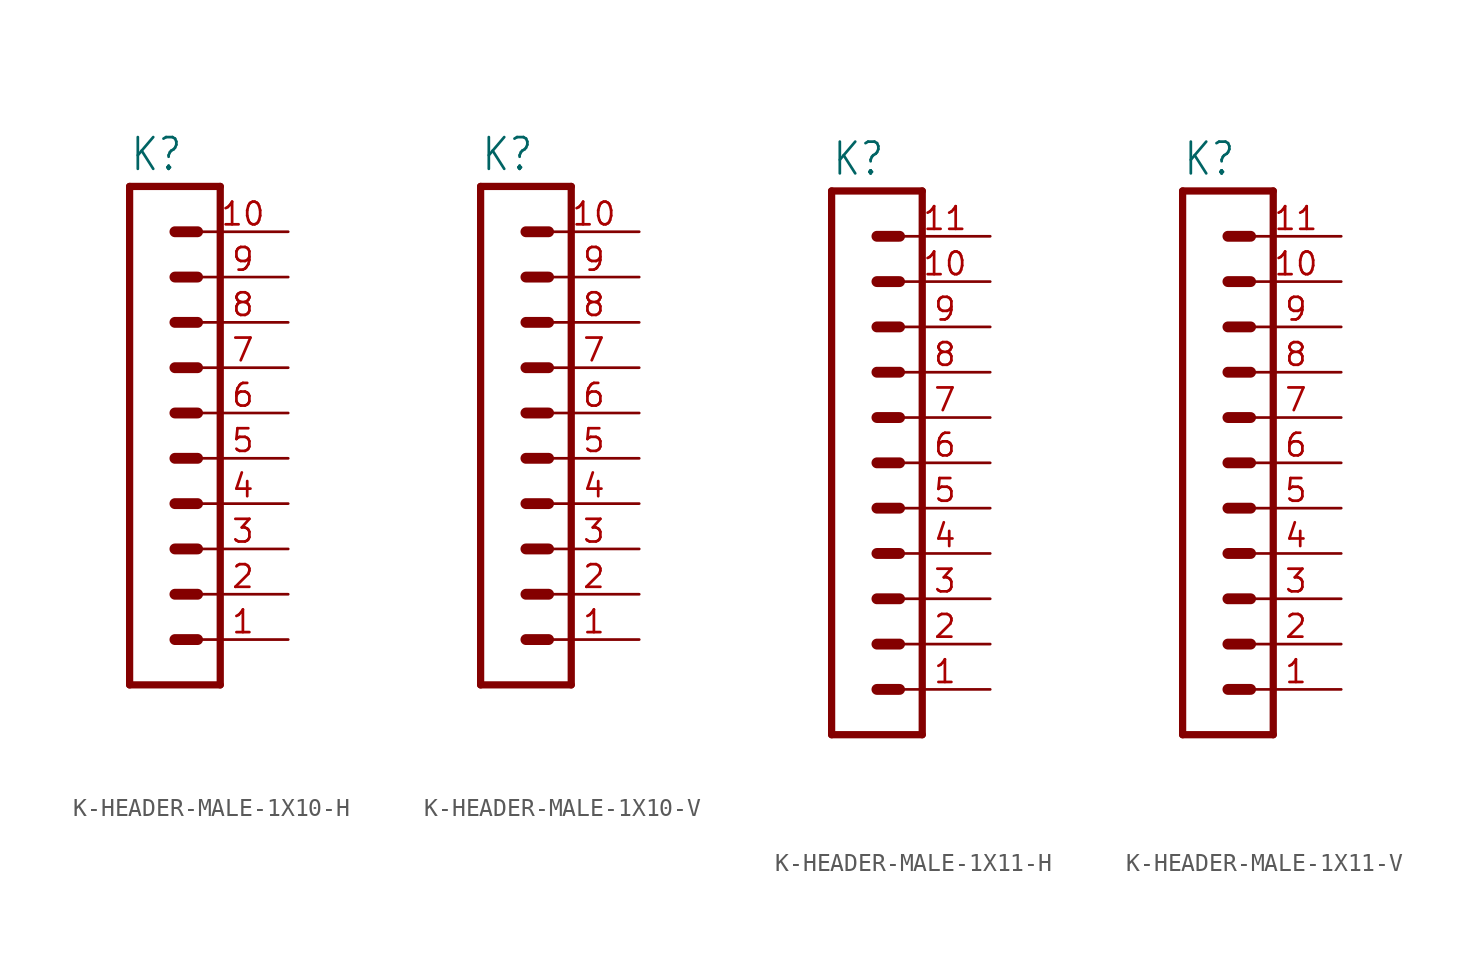
<source format=kicad_sym>
(kicad_symbol_lib
  (version 20231120)
  (generator "kicad_symbol_editor")
  (generator_version "8.0")
  (symbol "K-HEADER-MALE-1X10-H"
    (property "Reference" "K"
      (at -1.27 21.082 0)
      (effects (font (size 1.778 1.511)) (justify left bottom)))
    (property "Value" ""
      (at -1.27 -10.16 0)
      (effects (font (size 1.778 1.511)) (justify left bottom)))
    (property "ki_locked" ""
      (at 0 0 0)
      (effects (font (size 1.27 1.27))))
    (symbol "K-HEADER-MALE-1X10-H_1_0"
      (polyline (pts (xy -1.27 20.32) (xy -1.27 -7.62)) (stroke (width 0.406) (type solid)) (fill (type none)))
      (polyline (pts (xy -1.27 20.32) (xy 3.81 20.32)) (stroke (width 0.406) (type solid)) (fill (type none)))
      (polyline (pts (xy 1.27 -5.08) (xy 2.54 -5.08)) (stroke (width 0.61) (type solid)) (fill (type none)))
      (polyline (pts (xy 1.27 -2.54) (xy 2.54 -2.54)) (stroke (width 0.61) (type solid)) (fill (type none)))
      (polyline (pts (xy 1.27 0) (xy 2.54 0)) (stroke (width 0.61) (type solid)) (fill (type none)))
      (polyline (pts (xy 1.27 2.54) (xy 2.54 2.54)) (stroke (width 0.61) (type solid)) (fill (type none)))
      (polyline (pts (xy 1.27 5.08) (xy 2.54 5.08)) (stroke (width 0.61) (type solid)) (fill (type none)))
      (polyline (pts (xy 1.27 7.62) (xy 2.54 7.62)) (stroke (width 0.61) (type solid)) (fill (type none)))
      (polyline (pts (xy 1.27 10.16) (xy 2.54 10.16)) (stroke (width 0.61) (type solid)) (fill (type none)))
      (polyline (pts (xy 1.27 12.7) (xy 2.54 12.7)) (stroke (width 0.61) (type solid)) (fill (type none)))
      (polyline (pts (xy 1.27 15.24) (xy 2.54 15.24)) (stroke (width 0.61) (type solid)) (fill (type none)))
      (polyline (pts (xy 1.27 17.78) (xy 2.54 17.78)) (stroke (width 0.61) (type solid)) (fill (type none)))
      (polyline (pts (xy 3.81 -7.62) (xy -1.27 -7.62)) (stroke (width 0.406) (type solid)) (fill (type none)))
      (polyline (pts (xy 3.81 -7.62) (xy 3.81 20.32)) (stroke (width 0.406) (type solid)) (fill (type none)))
      (pin passive line (at 7.62 -5.08 180) (length 5.08) (name "1" (effects (font (size 0 0)))) (number "1" (effects (font (size 1.27 1.27)))))
      (pin passive line (at 7.62 17.78 180) (length 5.08) (name "10" (effects (font (size 0 0)))) (number "10" (effects (font (size 1.27 1.27)))))
      (pin passive line (at 7.62 -2.54 180) (length 5.08) (name "2" (effects (font (size 0 0)))) (number "2" (effects (font (size 1.27 1.27)))))
      (pin passive line (at 7.62 0 180) (length 5.08) (name "3" (effects (font (size 0 0)))) (number "3" (effects (font (size 1.27 1.27)))))
      (pin passive line (at 7.62 2.54 180) (length 5.08) (name "4" (effects (font (size 0 0)))) (number "4" (effects (font (size 1.27 1.27)))))
      (pin passive line (at 7.62 5.08 180) (length 5.08) (name "5" (effects (font (size 0 0)))) (number "5" (effects (font (size 1.27 1.27)))))
      (pin passive line (at 7.62 7.62 180) (length 5.08) (name "6" (effects (font (size 0 0)))) (number "6" (effects (font (size 1.27 1.27)))))
      (pin passive line (at 7.62 10.16 180) (length 5.08) (name "7" (effects (font (size 0 0)))) (number "7" (effects (font (size 1.27 1.27)))))
      (pin passive line (at 7.62 12.7 180) (length 5.08) (name "8" (effects (font (size 0 0)))) (number "8" (effects (font (size 1.27 1.27)))))
      (pin passive line (at 7.62 15.24 180) (length 5.08) (name "9" (effects (font (size 0 0)))) (number "9" (effects (font (size 1.27 1.27)))))))
  (symbol "K-HEADER-MALE-1X10-V"
    (property "Reference" "K"
      (at -1.27 21.082 0)
      (effects (font (size 1.778 1.511)) (justify left bottom)))
    (property "Value" ""
      (at -1.27 -10.16 0)
      (effects (font (size 1.778 1.511)) (justify left bottom)))
    (property "ki_locked" ""
      (at 0 0 0)
      (effects (font (size 1.27 1.27))))
    (symbol "K-HEADER-MALE-1X10-V_1_0"
      (polyline (pts (xy -1.27 20.32) (xy -1.27 -7.62)) (stroke (width 0.406) (type solid)) (fill (type none)))
      (polyline (pts (xy -1.27 20.32) (xy 3.81 20.32)) (stroke (width 0.406) (type solid)) (fill (type none)))
      (polyline (pts (xy 1.27 -5.08) (xy 2.54 -5.08)) (stroke (width 0.61) (type solid)) (fill (type none)))
      (polyline (pts (xy 1.27 -2.54) (xy 2.54 -2.54)) (stroke (width 0.61) (type solid)) (fill (type none)))
      (polyline (pts (xy 1.27 0) (xy 2.54 0)) (stroke (width 0.61) (type solid)) (fill (type none)))
      (polyline (pts (xy 1.27 2.54) (xy 2.54 2.54)) (stroke (width 0.61) (type solid)) (fill (type none)))
      (polyline (pts (xy 1.27 5.08) (xy 2.54 5.08)) (stroke (width 0.61) (type solid)) (fill (type none)))
      (polyline (pts (xy 1.27 7.62) (xy 2.54 7.62)) (stroke (width 0.61) (type solid)) (fill (type none)))
      (polyline (pts (xy 1.27 10.16) (xy 2.54 10.16)) (stroke (width 0.61) (type solid)) (fill (type none)))
      (polyline (pts (xy 1.27 12.7) (xy 2.54 12.7)) (stroke (width 0.61) (type solid)) (fill (type none)))
      (polyline (pts (xy 1.27 15.24) (xy 2.54 15.24)) (stroke (width 0.61) (type solid)) (fill (type none)))
      (polyline (pts (xy 1.27 17.78) (xy 2.54 17.78)) (stroke (width 0.61) (type solid)) (fill (type none)))
      (polyline (pts (xy 3.81 -7.62) (xy -1.27 -7.62)) (stroke (width 0.406) (type solid)) (fill (type none)))
      (polyline (pts (xy 3.81 -7.62) (xy 3.81 20.32)) (stroke (width 0.406) (type solid)) (fill (type none)))
      (pin passive line (at 7.62 -5.08 180) (length 5.08) (name "1" (effects (font (size 0 0)))) (number "1" (effects (font (size 1.27 1.27)))))
      (pin passive line (at 7.62 17.78 180) (length 5.08) (name "10" (effects (font (size 0 0)))) (number "10" (effects (font (size 1.27 1.27)))))
      (pin passive line (at 7.62 -2.54 180) (length 5.08) (name "2" (effects (font (size 0 0)))) (number "2" (effects (font (size 1.27 1.27)))))
      (pin passive line (at 7.62 0 180) (length 5.08) (name "3" (effects (font (size 0 0)))) (number "3" (effects (font (size 1.27 1.27)))))
      (pin passive line (at 7.62 2.54 180) (length 5.08) (name "4" (effects (font (size 0 0)))) (number "4" (effects (font (size 1.27 1.27)))))
      (pin passive line (at 7.62 5.08 180) (length 5.08) (name "5" (effects (font (size 0 0)))) (number "5" (effects (font (size 1.27 1.27)))))
      (pin passive line (at 7.62 7.62 180) (length 5.08) (name "6" (effects (font (size 0 0)))) (number "6" (effects (font (size 1.27 1.27)))))
      (pin passive line (at 7.62 10.16 180) (length 5.08) (name "7" (effects (font (size 0 0)))) (number "7" (effects (font (size 1.27 1.27)))))
      (pin passive line (at 7.62 12.7 180) (length 5.08) (name "8" (effects (font (size 0 0)))) (number "8" (effects (font (size 1.27 1.27)))))
      (pin passive line (at 7.62 15.24 180) (length 5.08) (name "9" (effects (font (size 0 0)))) (number "9" (effects (font (size 1.27 1.27)))))))
  (symbol "K-HEADER-MALE-1X11-H"
    (property "Reference" "K"
      (at -1.27 23.622 0)
      (effects (font (size 1.778 1.511)) (justify left bottom)))
    (property "Value" ""
      (at -1.27 -10.16 0)
      (effects (font (size 1.778 1.511)) (justify left bottom)))
    (property "ki_locked" ""
      (at 0 0 0)
      (effects (font (size 1.27 1.27))))
    (symbol "K-HEADER-MALE-1X11-H_1_0"
      (polyline (pts (xy -1.27 22.86) (xy -1.27 -7.62)) (stroke (width 0.406) (type solid)) (fill (type none)))
      (polyline (pts (xy -1.27 22.86) (xy 3.81 22.86)) (stroke (width 0.406) (type solid)) (fill (type none)))
      (polyline (pts (xy 1.27 -5.08) (xy 2.54 -5.08)) (stroke (width 0.61) (type solid)) (fill (type none)))
      (polyline (pts (xy 1.27 -2.54) (xy 2.54 -2.54)) (stroke (width 0.61) (type solid)) (fill (type none)))
      (polyline (pts (xy 1.27 0) (xy 2.54 0)) (stroke (width 0.61) (type solid)) (fill (type none)))
      (polyline (pts (xy 1.27 2.54) (xy 2.54 2.54)) (stroke (width 0.61) (type solid)) (fill (type none)))
      (polyline (pts (xy 1.27 5.08) (xy 2.54 5.08)) (stroke (width 0.61) (type solid)) (fill (type none)))
      (polyline (pts (xy 1.27 7.62) (xy 2.54 7.62)) (stroke (width 0.61) (type solid)) (fill (type none)))
      (polyline (pts (xy 1.27 10.16) (xy 2.54 10.16)) (stroke (width 0.61) (type solid)) (fill (type none)))
      (polyline (pts (xy 1.27 12.7) (xy 2.54 12.7)) (stroke (width 0.61) (type solid)) (fill (type none)))
      (polyline (pts (xy 1.27 15.24) (xy 2.54 15.24)) (stroke (width 0.61) (type solid)) (fill (type none)))
      (polyline (pts (xy 1.27 17.78) (xy 2.54 17.78)) (stroke (width 0.61) (type solid)) (fill (type none)))
      (polyline (pts (xy 1.27 20.32) (xy 2.54 20.32)) (stroke (width 0.61) (type solid)) (fill (type none)))
      (polyline (pts (xy 3.81 -7.62) (xy -1.27 -7.62)) (stroke (width 0.406) (type solid)) (fill (type none)))
      (polyline (pts (xy 3.81 -7.62) (xy 3.81 22.86)) (stroke (width 0.406) (type solid)) (fill (type none)))
      (pin passive line (at 7.62 -5.08 180) (length 5.08) (name "1" (effects (font (size 0 0)))) (number "1" (effects (font (size 1.27 1.27)))))
      (pin passive line (at 7.62 17.78 180) (length 5.08) (name "10" (effects (font (size 0 0)))) (number "10" (effects (font (size 1.27 1.27)))))
      (pin passive line (at 7.62 20.32 180) (length 5.08) (name "11" (effects (font (size 0 0)))) (number "11" (effects (font (size 1.27 1.27)))))
      (pin passive line (at 7.62 -2.54 180) (length 5.08) (name "2" (effects (font (size 0 0)))) (number "2" (effects (font (size 1.27 1.27)))))
      (pin passive line (at 7.62 0 180) (length 5.08) (name "3" (effects (font (size 0 0)))) (number "3" (effects (font (size 1.27 1.27)))))
      (pin passive line (at 7.62 2.54 180) (length 5.08) (name "4" (effects (font (size 0 0)))) (number "4" (effects (font (size 1.27 1.27)))))
      (pin passive line (at 7.62 5.08 180) (length 5.08) (name "5" (effects (font (size 0 0)))) (number "5" (effects (font (size 1.27 1.27)))))
      (pin passive line (at 7.62 7.62 180) (length 5.08) (name "6" (effects (font (size 0 0)))) (number "6" (effects (font (size 1.27 1.27)))))
      (pin passive line (at 7.62 10.16 180) (length 5.08) (name "7" (effects (font (size 0 0)))) (number "7" (effects (font (size 1.27 1.27)))))
      (pin passive line (at 7.62 12.7 180) (length 5.08) (name "8" (effects (font (size 0 0)))) (number "8" (effects (font (size 1.27 1.27)))))
      (pin passive line (at 7.62 15.24 180) (length 5.08) (name "9" (effects (font (size 0 0)))) (number "9" (effects (font (size 1.27 1.27)))))))
  (symbol "K-HEADER-MALE-1X11-V"
    (property "Reference" "K"
      (at -1.27 23.622 0)
      (effects (font (size 1.778 1.511)) (justify left bottom)))
    (property "Value" ""
      (at -1.27 -10.16 0)
      (effects (font (size 1.778 1.511)) (justify left bottom)))
    (property "ki_locked" ""
      (at 0 0 0)
      (effects (font (size 1.27 1.27))))
    (symbol "K-HEADER-MALE-1X11-V_1_0"
      (polyline (pts (xy -1.27 22.86) (xy -1.27 -7.62)) (stroke (width 0.406) (type solid)) (fill (type none)))
      (polyline (pts (xy -1.27 22.86) (xy 3.81 22.86)) (stroke (width 0.406) (type solid)) (fill (type none)))
      (polyline (pts (xy 1.27 -5.08) (xy 2.54 -5.08)) (stroke (width 0.61) (type solid)) (fill (type none)))
      (polyline (pts (xy 1.27 -2.54) (xy 2.54 -2.54)) (stroke (width 0.61) (type solid)) (fill (type none)))
      (polyline (pts (xy 1.27 0) (xy 2.54 0)) (stroke (width 0.61) (type solid)) (fill (type none)))
      (polyline (pts (xy 1.27 2.54) (xy 2.54 2.54)) (stroke (width 0.61) (type solid)) (fill (type none)))
      (polyline (pts (xy 1.27 5.08) (xy 2.54 5.08)) (stroke (width 0.61) (type solid)) (fill (type none)))
      (polyline (pts (xy 1.27 7.62) (xy 2.54 7.62)) (stroke (width 0.61) (type solid)) (fill (type none)))
      (polyline (pts (xy 1.27 10.16) (xy 2.54 10.16)) (stroke (width 0.61) (type solid)) (fill (type none)))
      (polyline (pts (xy 1.27 12.7) (xy 2.54 12.7)) (stroke (width 0.61) (type solid)) (fill (type none)))
      (polyline (pts (xy 1.27 15.24) (xy 2.54 15.24)) (stroke (width 0.61) (type solid)) (fill (type none)))
      (polyline (pts (xy 1.27 17.78) (xy 2.54 17.78)) (stroke (width 0.61) (type solid)) (fill (type none)))
      (polyline (pts (xy 1.27 20.32) (xy 2.54 20.32)) (stroke (width 0.61) (type solid)) (fill (type none)))
      (polyline (pts (xy 3.81 -7.62) (xy -1.27 -7.62)) (stroke (width 0.406) (type solid)) (fill (type none)))
      (polyline (pts (xy 3.81 -7.62) (xy 3.81 22.86)) (stroke (width 0.406) (type solid)) (fill (type none)))
      (pin passive line (at 7.62 -5.08 180) (length 5.08) (name "1" (effects (font (size 0 0)))) (number "1" (effects (font (size 1.27 1.27)))))
      (pin passive line (at 7.62 17.78 180) (length 5.08) (name "10" (effects (font (size 0 0)))) (number "10" (effects (font (size 1.27 1.27)))))
      (pin passive line (at 7.62 20.32 180) (length 5.08) (name "11" (effects (font (size 0 0)))) (number "11" (effects (font (size 1.27 1.27)))))
      (pin passive line (at 7.62 -2.54 180) (length 5.08) (name "2" (effects (font (size 0 0)))) (number "2" (effects (font (size 1.27 1.27)))))
      (pin passive line (at 7.62 0 180) (length 5.08) (name "3" (effects (font (size 0 0)))) (number "3" (effects (font (size 1.27 1.27)))))
      (pin passive line (at 7.62 2.54 180) (length 5.08) (name "4" (effects (font (size 0 0)))) (number "4" (effects (font (size 1.27 1.27)))))
      (pin passive line (at 7.62 5.08 180) (length 5.08) (name "5" (effects (font (size 0 0)))) (number "5" (effects (font (size 1.27 1.27)))))
      (pin passive line (at 7.62 7.62 180) (length 5.08) (name "6" (effects (font (size 0 0)))) (number "6" (effects (font (size 1.27 1.27)))))
      (pin passive line (at 7.62 10.16 180) (length 5.08) (name "7" (effects (font (size 0 0)))) (number "7" (effects (font (size 1.27 1.27)))))
      (pin passive line (at 7.62 12.7 180) (length 5.08) (name "8" (effects (font (size 0 0)))) (number "8" (effects (font (size 1.27 1.27)))))
      (pin passive line (at 7.62 15.24 180) (length 5.08) (name "9" (effects (font (size 0 0)))) (number "9" (effects (font (size 1.27 1.27))))))))
</source>
